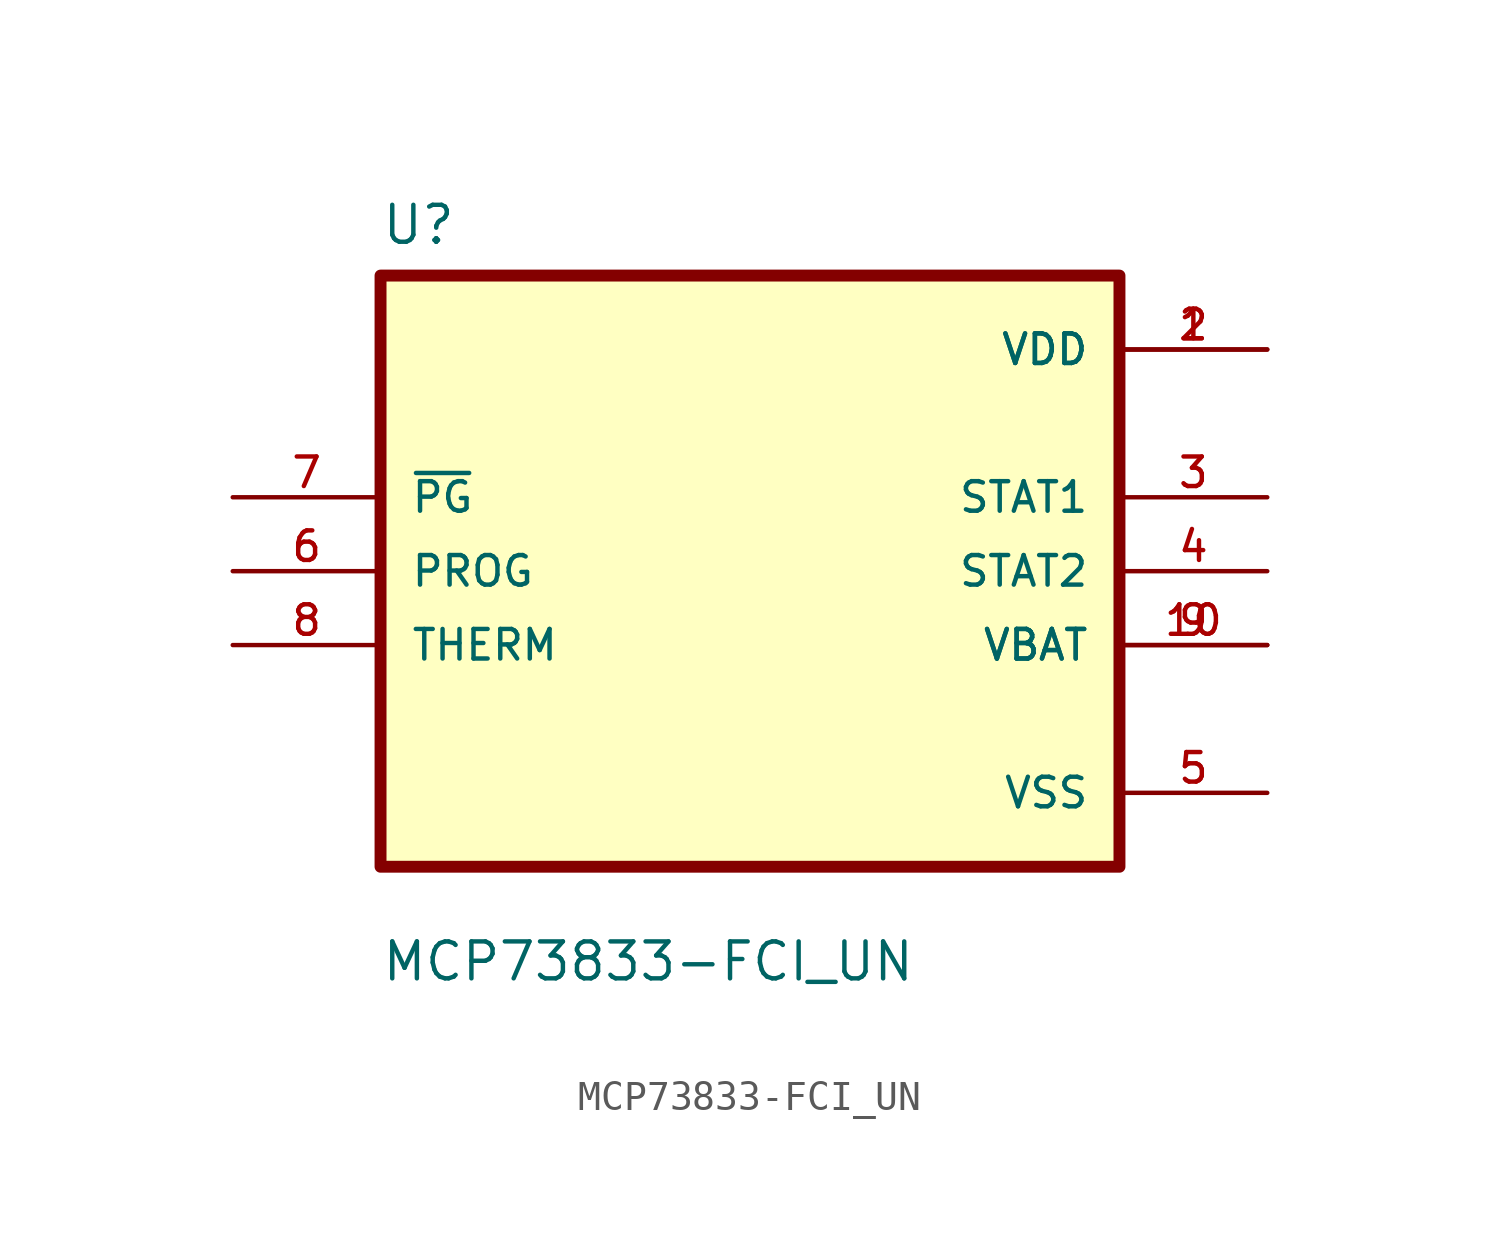
<source format=kicad_sym>
(kicad_symbol_lib
  (version 20211014)
  (generator kicad_symbol_editor)
  (symbol "MCP73833-FCI_UN"
    (pin_names
      (offset 1.016))
    (property "Reference" "U"
      (at -12.7 11.16 0.0)
      (effects (font (size 1.27 1.27)) (justify bottom left)))
    (property "Value" "MCP73833-FCI_UN"
      (at -12.7 -14.16 0.0)
      (effects (font (size 1.27 1.27)) (justify bottom left)))
    (symbol "MCP73833-FCI_UN_0_0"
      (rectangle (start -12.7 -10.16) (end 12.7 10.16) (stroke (width 0.41)) (fill (type background)))
      (pin input line (at -17.78 2.54 0) (length 5.08) (name "~{PG}" (effects (font (size 1.016 1.016)))) (number "7" (effects (font (size 1.016 1.016)))))
      (pin input line (at -17.78 0.0 0) (length 5.08) (name "PROG" (effects (font (size 1.016 1.016)))) (number "6" (effects (font (size 1.016 1.016)))))
      (pin input line (at -17.78 -2.54 0) (length 5.08) (name "THERM" (effects (font (size 1.016 1.016)))) (number "8" (effects (font (size 1.016 1.016)))))
      (pin power_in line (at 17.78 7.62 180.0) (length 5.08) (name "VDD" (effects (font (size 1.016 1.016)))) (number "1" (effects (font (size 1.016 1.016)))))
      (pin power_in line (at 17.78 7.62 180.0) (length 5.08) (name "VDD" (effects (font (size 1.016 1.016)))) (number "2" (effects (font (size 1.016 1.016)))))
      (pin output line (at 17.78 2.54 180.0) (length 5.08) (name "STAT1" (effects (font (size 1.016 1.016)))) (number "3" (effects (font (size 1.016 1.016)))))
      (pin output line (at 17.78 0.0 180.0) (length 5.08) (name "STAT2" (effects (font (size 1.016 1.016)))) (number "4" (effects (font (size 1.016 1.016)))))
      (pin output line (at 17.78 -2.54 180.0) (length 5.08) (name "VBAT" (effects (font (size 1.016 1.016)))) (number "9" (effects (font (size 1.016 1.016)))))
      (pin output line (at 17.78 -2.54 180.0) (length 5.08) (name "VBAT" (effects (font (size 1.016 1.016)))) (number "10" (effects (font (size 1.016 1.016)))))
      (pin power_in line (at 17.78 -7.62 180.0) (length 5.08) (name "VSS" (effects (font (size 1.016 1.016)))) (number "5" (effects (font (size 1.016 1.016))))))))
</source>
